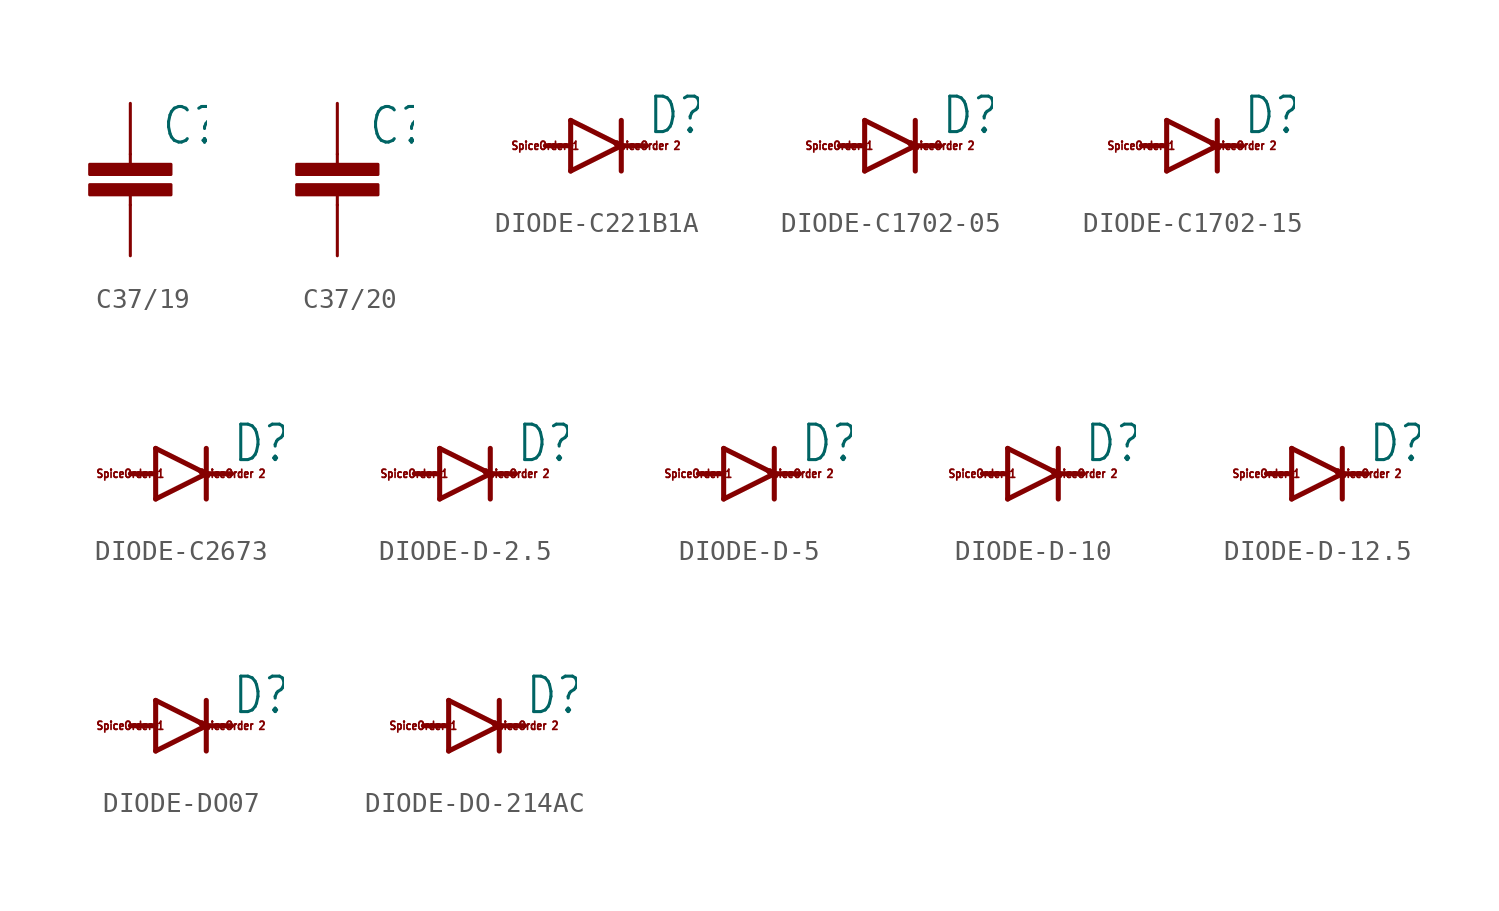
<source format=kicad_sym>
(kicad_symbol_lib
  (version 20241209)
  (generator "kicad_symbol_editor")
  (generator_version "9.0")
  (symbol "C37/19"
    (property "Reference" "C"
      (at 1.524 0.381 0)
      (effects (font (size 1.778 1.511)) (justify left bottom)))
    (property "Value" ""
      (at 1.524 -4.699 0)
      (effects (font (size 1.778 1.511)) (justify left bottom)))
    (property "ki_locked" ""
      (at 0 0 0)
      (effects (font (size 1.27 1.27))))
    (symbol "C37/19_1_0"
      (rectangle (start -2.032 -1.016) (end 2.032 -0.508) (stroke (width 0) (type default)) (fill (type outline)))
      (rectangle (start -2.032 -2.032) (end 2.032 -1.524) (stroke (width 0) (type default)) (fill (type outline)))
      (polyline (pts (xy 0 0) (xy 0 -0.508)) (stroke (width 0.152) (type solid)) (fill (type none)))
      (polyline (pts (xy 0 -2.54) (xy 0 -2.032)) (stroke (width 0.152) (type solid)) (fill (type none)))
      (pin passive line (at 0 2.54 270) (length 2.54) (name "1" (effects (font (size 0 0)))) (number "1" (effects (font (size 0 0)))))
      (pin passive line (at 0 -5.08 90) (length 2.54) (name "2" (effects (font (size 0 0)))) (number "2" (effects (font (size 0 0)))))))
  (symbol "C37/20"
    (property "Reference" "C"
      (at 1.524 0.381 0)
      (effects (font (size 1.778 1.511)) (justify left bottom)))
    (property "Value" ""
      (at 1.524 -4.699 0)
      (effects (font (size 1.778 1.511)) (justify left bottom)))
    (property "ki_locked" ""
      (at 0 0 0)
      (effects (font (size 1.27 1.27))))
    (symbol "C37/20_1_0"
      (rectangle (start -2.032 -1.016) (end 2.032 -0.508) (stroke (width 0) (type default)) (fill (type outline)))
      (rectangle (start -2.032 -2.032) (end 2.032 -1.524) (stroke (width 0) (type default)) (fill (type outline)))
      (polyline (pts (xy 0 0) (xy 0 -0.508)) (stroke (width 0.152) (type solid)) (fill (type none)))
      (polyline (pts (xy 0 -2.54) (xy 0 -2.032)) (stroke (width 0.152) (type solid)) (fill (type none)))
      (pin passive line (at 0 2.54 270) (length 2.54) (name "1" (effects (font (size 0 0)))) (number "1" (effects (font (size 0 0)))))
      (pin passive line (at 0 -5.08 90) (length 2.54) (name "2" (effects (font (size 0 0)))) (number "2" (effects (font (size 0 0)))))))
  (symbol "DIODE-C221B1A"
    (property "Reference" "D"
      (at 2.54 0.483 0)
      (effects (font (size 1.778 1.511)) (justify left bottom)))
    (property "Value" ""
      (at 2.54 -2.311 0)
      (effects (font (size 1.778 1.511)) (justify left bottom)))
    (property "ki_locked" ""
      (at 0 0 0)
      (effects (font (size 1.27 1.27))))
    (symbol "DIODE-C221B1A_1_0"
      (polyline (pts (xy -1.27 1.27) (xy -1.27 0)) (stroke (width 0.254) (type solid)) (fill (type none)))
      (polyline (pts (xy -1.27 0) (xy -2.54 0)) (stroke (width 0.254) (type solid)) (fill (type none)))
      (polyline (pts (xy -1.27 0) (xy -1.27 -1.27)) (stroke (width 0.254) (type solid)) (fill (type none)))
      (polyline (pts (xy -1.27 -1.27) (xy 1.27 0)) (stroke (width 0.254) (type solid)) (fill (type none)))
      (polyline (pts (xy 1.27 1.27) (xy 1.27 0)) (stroke (width 0.254) (type solid)) (fill (type none)))
      (polyline (pts (xy 1.27 0) (xy -1.27 1.27)) (stroke (width 0.254) (type solid)) (fill (type none)))
      (polyline (pts (xy 1.27 0) (xy 1.27 -1.27)) (stroke (width 0.254) (type solid)) (fill (type none)))
      (polyline (pts (xy 2.54 0) (xy 1.27 0)) (stroke (width 0.254) (type solid)) (fill (type none)))
      (text "SpiceOrder 1" (at -2.54 0 0) (effects (font (size 0.406 0.345))))
      (text "SpiceOrder 2" (at 2.54 0 0) (effects (font (size 0.406 0.345))))
      (pin passive line (at -2.54 0 0) (length 0) (name "A" (effects (font (size 0 0)))) (number "A" (effects (font (size 0 0)))))
      (pin passive line (at 2.54 0 180) (length 0) (name "C" (effects (font (size 0 0)))) (number "C" (effects (font (size 0 0)))))))
  (symbol "DIODE-C1702-05"
    (property "Reference" "D"
      (at 2.54 0.483 0)
      (effects (font (size 1.778 1.511)) (justify left bottom)))
    (property "Value" ""
      (at 2.54 -2.311 0)
      (effects (font (size 1.778 1.511)) (justify left bottom)))
    (property "ki_locked" ""
      (at 0 0 0)
      (effects (font (size 1.27 1.27))))
    (symbol "DIODE-C1702-05_1_0"
      (polyline (pts (xy -1.27 1.27) (xy -1.27 0)) (stroke (width 0.254) (type solid)) (fill (type none)))
      (polyline (pts (xy -1.27 0) (xy -2.54 0)) (stroke (width 0.254) (type solid)) (fill (type none)))
      (polyline (pts (xy -1.27 0) (xy -1.27 -1.27)) (stroke (width 0.254) (type solid)) (fill (type none)))
      (polyline (pts (xy -1.27 -1.27) (xy 1.27 0)) (stroke (width 0.254) (type solid)) (fill (type none)))
      (polyline (pts (xy 1.27 1.27) (xy 1.27 0)) (stroke (width 0.254) (type solid)) (fill (type none)))
      (polyline (pts (xy 1.27 0) (xy -1.27 1.27)) (stroke (width 0.254) (type solid)) (fill (type none)))
      (polyline (pts (xy 1.27 0) (xy 1.27 -1.27)) (stroke (width 0.254) (type solid)) (fill (type none)))
      (polyline (pts (xy 2.54 0) (xy 1.27 0)) (stroke (width 0.254) (type solid)) (fill (type none)))
      (text "SpiceOrder 1" (at -2.54 0 0) (effects (font (size 0.406 0.345))))
      (text "SpiceOrder 2" (at 2.54 0 0) (effects (font (size 0.406 0.345))))
      (pin passive line (at -2.54 0 0) (length 0) (name "A" (effects (font (size 0 0)))) (number "A" (effects (font (size 0 0)))))
      (pin passive line (at 2.54 0 180) (length 0) (name "C" (effects (font (size 0 0)))) (number "C" (effects (font (size 0 0)))))))
  (symbol "DIODE-C1702-15"
    (property "Reference" "D"
      (at 2.54 0.483 0)
      (effects (font (size 1.778 1.511)) (justify left bottom)))
    (property "Value" ""
      (at 2.54 -2.311 0)
      (effects (font (size 1.778 1.511)) (justify left bottom)))
    (property "ki_locked" ""
      (at 0 0 0)
      (effects (font (size 1.27 1.27))))
    (symbol "DIODE-C1702-15_1_0"
      (polyline (pts (xy -1.27 1.27) (xy -1.27 0)) (stroke (width 0.254) (type solid)) (fill (type none)))
      (polyline (pts (xy -1.27 0) (xy -2.54 0)) (stroke (width 0.254) (type solid)) (fill (type none)))
      (polyline (pts (xy -1.27 0) (xy -1.27 -1.27)) (stroke (width 0.254) (type solid)) (fill (type none)))
      (polyline (pts (xy -1.27 -1.27) (xy 1.27 0)) (stroke (width 0.254) (type solid)) (fill (type none)))
      (polyline (pts (xy 1.27 1.27) (xy 1.27 0)) (stroke (width 0.254) (type solid)) (fill (type none)))
      (polyline (pts (xy 1.27 0) (xy -1.27 1.27)) (stroke (width 0.254) (type solid)) (fill (type none)))
      (polyline (pts (xy 1.27 0) (xy 1.27 -1.27)) (stroke (width 0.254) (type solid)) (fill (type none)))
      (polyline (pts (xy 2.54 0) (xy 1.27 0)) (stroke (width 0.254) (type solid)) (fill (type none)))
      (text "SpiceOrder 1" (at -2.54 0 0) (effects (font (size 0.406 0.345))))
      (text "SpiceOrder 2" (at 2.54 0 0) (effects (font (size 0.406 0.345))))
      (pin passive line (at -2.54 0 0) (length 0) (name "A" (effects (font (size 0 0)))) (number "A" (effects (font (size 0 0)))))
      (pin passive line (at 2.54 0 180) (length 0) (name "C" (effects (font (size 0 0)))) (number "C" (effects (font (size 0 0)))))))
  (symbol "DIODE-C2673"
    (property "Reference" "D"
      (at 2.54 0.483 0)
      (effects (font (size 1.778 1.511)) (justify left bottom)))
    (property "Value" ""
      (at 2.54 -2.311 0)
      (effects (font (size 1.778 1.511)) (justify left bottom)))
    (property "ki_locked" ""
      (at 0 0 0)
      (effects (font (size 1.27 1.27))))
    (symbol "DIODE-C2673_1_0"
      (polyline (pts (xy -1.27 1.27) (xy -1.27 0)) (stroke (width 0.254) (type solid)) (fill (type none)))
      (polyline (pts (xy -1.27 0) (xy -2.54 0)) (stroke (width 0.254) (type solid)) (fill (type none)))
      (polyline (pts (xy -1.27 0) (xy -1.27 -1.27)) (stroke (width 0.254) (type solid)) (fill (type none)))
      (polyline (pts (xy -1.27 -1.27) (xy 1.27 0)) (stroke (width 0.254) (type solid)) (fill (type none)))
      (polyline (pts (xy 1.27 1.27) (xy 1.27 0)) (stroke (width 0.254) (type solid)) (fill (type none)))
      (polyline (pts (xy 1.27 0) (xy -1.27 1.27)) (stroke (width 0.254) (type solid)) (fill (type none)))
      (polyline (pts (xy 1.27 0) (xy 1.27 -1.27)) (stroke (width 0.254) (type solid)) (fill (type none)))
      (polyline (pts (xy 2.54 0) (xy 1.27 0)) (stroke (width 0.254) (type solid)) (fill (type none)))
      (text "SpiceOrder 1" (at -2.54 0 0) (effects (font (size 0.406 0.345))))
      (text "SpiceOrder 2" (at 2.54 0 0) (effects (font (size 0.406 0.345))))
      (pin passive line (at -2.54 0 0) (length 0) (name "A" (effects (font (size 0 0)))) (number "A" (effects (font (size 0 0)))))
      (pin passive line (at 2.54 0 180) (length 0) (name "C" (effects (font (size 0 0)))) (number "C" (effects (font (size 0 0)))))))
  (symbol "DIODE-D-2.5"
    (property "Reference" "D"
      (at 2.54 0.483 0)
      (effects (font (size 1.778 1.511)) (justify left bottom)))
    (property "Value" ""
      (at 2.54 -2.311 0)
      (effects (font (size 1.778 1.511)) (justify left bottom)))
    (property "ki_locked" ""
      (at 0 0 0)
      (effects (font (size 1.27 1.27))))
    (symbol "DIODE-D-2.5_1_0"
      (polyline (pts (xy -1.27 1.27) (xy -1.27 0)) (stroke (width 0.254) (type solid)) (fill (type none)))
      (polyline (pts (xy -1.27 0) (xy -2.54 0)) (stroke (width 0.254) (type solid)) (fill (type none)))
      (polyline (pts (xy -1.27 0) (xy -1.27 -1.27)) (stroke (width 0.254) (type solid)) (fill (type none)))
      (polyline (pts (xy -1.27 -1.27) (xy 1.27 0)) (stroke (width 0.254) (type solid)) (fill (type none)))
      (polyline (pts (xy 1.27 1.27) (xy 1.27 0)) (stroke (width 0.254) (type solid)) (fill (type none)))
      (polyline (pts (xy 1.27 0) (xy -1.27 1.27)) (stroke (width 0.254) (type solid)) (fill (type none)))
      (polyline (pts (xy 1.27 0) (xy 1.27 -1.27)) (stroke (width 0.254) (type solid)) (fill (type none)))
      (polyline (pts (xy 2.54 0) (xy 1.27 0)) (stroke (width 0.254) (type solid)) (fill (type none)))
      (text "SpiceOrder 1" (at -2.54 0 0) (effects (font (size 0.406 0.345))))
      (text "SpiceOrder 2" (at 2.54 0 0) (effects (font (size 0.406 0.345))))
      (pin passive line (at -2.54 0 0) (length 0) (name "A" (effects (font (size 0 0)))) (number "A" (effects (font (size 0 0)))))
      (pin passive line (at 2.54 0 180) (length 0) (name "C" (effects (font (size 0 0)))) (number "C" (effects (font (size 0 0)))))))
  (symbol "DIODE-D-5"
    (property "Reference" "D"
      (at 2.54 0.483 0)
      (effects (font (size 1.778 1.511)) (justify left bottom)))
    (property "Value" ""
      (at 2.54 -2.311 0)
      (effects (font (size 1.778 1.511)) (justify left bottom)))
    (property "ki_locked" ""
      (at 0 0 0)
      (effects (font (size 1.27 1.27))))
    (symbol "DIODE-D-5_1_0"
      (polyline (pts (xy -1.27 1.27) (xy -1.27 0)) (stroke (width 0.254) (type solid)) (fill (type none)))
      (polyline (pts (xy -1.27 0) (xy -2.54 0)) (stroke (width 0.254) (type solid)) (fill (type none)))
      (polyline (pts (xy -1.27 0) (xy -1.27 -1.27)) (stroke (width 0.254) (type solid)) (fill (type none)))
      (polyline (pts (xy -1.27 -1.27) (xy 1.27 0)) (stroke (width 0.254) (type solid)) (fill (type none)))
      (polyline (pts (xy 1.27 1.27) (xy 1.27 0)) (stroke (width 0.254) (type solid)) (fill (type none)))
      (polyline (pts (xy 1.27 0) (xy -1.27 1.27)) (stroke (width 0.254) (type solid)) (fill (type none)))
      (polyline (pts (xy 1.27 0) (xy 1.27 -1.27)) (stroke (width 0.254) (type solid)) (fill (type none)))
      (polyline (pts (xy 2.54 0) (xy 1.27 0)) (stroke (width 0.254) (type solid)) (fill (type none)))
      (text "SpiceOrder 1" (at -2.54 0 0) (effects (font (size 0.406 0.345))))
      (text "SpiceOrder 2" (at 2.54 0 0) (effects (font (size 0.406 0.345))))
      (pin passive line (at -2.54 0 0) (length 0) (name "A" (effects (font (size 0 0)))) (number "A" (effects (font (size 0 0)))))
      (pin passive line (at 2.54 0 180) (length 0) (name "C" (effects (font (size 0 0)))) (number "C" (effects (font (size 0 0)))))))
  (symbol "DIODE-D-10"
    (property "Reference" "D"
      (at 2.54 0.483 0)
      (effects (font (size 1.778 1.511)) (justify left bottom)))
    (property "Value" ""
      (at 2.54 -2.311 0)
      (effects (font (size 1.778 1.511)) (justify left bottom)))
    (property "ki_locked" ""
      (at 0 0 0)
      (effects (font (size 1.27 1.27))))
    (symbol "DIODE-D-10_1_0"
      (polyline (pts (xy -1.27 1.27) (xy -1.27 0)) (stroke (width 0.254) (type solid)) (fill (type none)))
      (polyline (pts (xy -1.27 0) (xy -2.54 0)) (stroke (width 0.254) (type solid)) (fill (type none)))
      (polyline (pts (xy -1.27 0) (xy -1.27 -1.27)) (stroke (width 0.254) (type solid)) (fill (type none)))
      (polyline (pts (xy -1.27 -1.27) (xy 1.27 0)) (stroke (width 0.254) (type solid)) (fill (type none)))
      (polyline (pts (xy 1.27 1.27) (xy 1.27 0)) (stroke (width 0.254) (type solid)) (fill (type none)))
      (polyline (pts (xy 1.27 0) (xy -1.27 1.27)) (stroke (width 0.254) (type solid)) (fill (type none)))
      (polyline (pts (xy 1.27 0) (xy 1.27 -1.27)) (stroke (width 0.254) (type solid)) (fill (type none)))
      (polyline (pts (xy 2.54 0) (xy 1.27 0)) (stroke (width 0.254) (type solid)) (fill (type none)))
      (text "SpiceOrder 1" (at -2.54 0 0) (effects (font (size 0.406 0.345))))
      (text "SpiceOrder 2" (at 2.54 0 0) (effects (font (size 0.406 0.345))))
      (pin passive line (at -2.54 0 0) (length 0) (name "A" (effects (font (size 0 0)))) (number "A" (effects (font (size 0 0)))))
      (pin passive line (at 2.54 0 180) (length 0) (name "C" (effects (font (size 0 0)))) (number "C" (effects (font (size 0 0)))))))
  (symbol "DIODE-D-12.5"
    (property "Reference" "D"
      (at 2.54 0.483 0)
      (effects (font (size 1.778 1.511)) (justify left bottom)))
    (property "Value" ""
      (at 2.54 -2.311 0)
      (effects (font (size 1.778 1.511)) (justify left bottom)))
    (property "ki_locked" ""
      (at 0 0 0)
      (effects (font (size 1.27 1.27))))
    (symbol "DIODE-D-12.5_1_0"
      (polyline (pts (xy -1.27 1.27) (xy -1.27 0)) (stroke (width 0.254) (type solid)) (fill (type none)))
      (polyline (pts (xy -1.27 0) (xy -2.54 0)) (stroke (width 0.254) (type solid)) (fill (type none)))
      (polyline (pts (xy -1.27 0) (xy -1.27 -1.27)) (stroke (width 0.254) (type solid)) (fill (type none)))
      (polyline (pts (xy -1.27 -1.27) (xy 1.27 0)) (stroke (width 0.254) (type solid)) (fill (type none)))
      (polyline (pts (xy 1.27 1.27) (xy 1.27 0)) (stroke (width 0.254) (type solid)) (fill (type none)))
      (polyline (pts (xy 1.27 0) (xy -1.27 1.27)) (stroke (width 0.254) (type solid)) (fill (type none)))
      (polyline (pts (xy 1.27 0) (xy 1.27 -1.27)) (stroke (width 0.254) (type solid)) (fill (type none)))
      (polyline (pts (xy 2.54 0) (xy 1.27 0)) (stroke (width 0.254) (type solid)) (fill (type none)))
      (text "SpiceOrder 1" (at -2.54 0 0) (effects (font (size 0.406 0.345))))
      (text "SpiceOrder 2" (at 2.54 0 0) (effects (font (size 0.406 0.345))))
      (pin passive line (at -2.54 0 0) (length 0) (name "A" (effects (font (size 0 0)))) (number "A" (effects (font (size 0 0)))))
      (pin passive line (at 2.54 0 180) (length 0) (name "C" (effects (font (size 0 0)))) (number "C" (effects (font (size 0 0)))))))
  (symbol "DIODE-DO07"
    (property "Reference" "D"
      (at 2.54 0.483 0)
      (effects (font (size 1.778 1.511)) (justify left bottom)))
    (property "Value" ""
      (at 2.54 -2.311 0)
      (effects (font (size 1.778 1.511)) (justify left bottom)))
    (property "ki_locked" ""
      (at 0 0 0)
      (effects (font (size 1.27 1.27))))
    (symbol "DIODE-DO07_1_0"
      (polyline (pts (xy -1.27 1.27) (xy -1.27 0)) (stroke (width 0.254) (type solid)) (fill (type none)))
      (polyline (pts (xy -1.27 0) (xy -2.54 0)) (stroke (width 0.254) (type solid)) (fill (type none)))
      (polyline (pts (xy -1.27 0) (xy -1.27 -1.27)) (stroke (width 0.254) (type solid)) (fill (type none)))
      (polyline (pts (xy -1.27 -1.27) (xy 1.27 0)) (stroke (width 0.254) (type solid)) (fill (type none)))
      (polyline (pts (xy 1.27 1.27) (xy 1.27 0)) (stroke (width 0.254) (type solid)) (fill (type none)))
      (polyline (pts (xy 1.27 0) (xy -1.27 1.27)) (stroke (width 0.254) (type solid)) (fill (type none)))
      (polyline (pts (xy 1.27 0) (xy 1.27 -1.27)) (stroke (width 0.254) (type solid)) (fill (type none)))
      (polyline (pts (xy 2.54 0) (xy 1.27 0)) (stroke (width 0.254) (type solid)) (fill (type none)))
      (text "SpiceOrder 1" (at -2.54 0 0) (effects (font (size 0.406 0.345))))
      (text "SpiceOrder 2" (at 2.54 0 0) (effects (font (size 0.406 0.345))))
      (pin passive line (at -2.54 0 0) (length 0) (name "A" (effects (font (size 0 0)))) (number "A" (effects (font (size 0 0)))))
      (pin passive line (at 2.54 0 180) (length 0) (name "C" (effects (font (size 0 0)))) (number "C" (effects (font (size 0 0)))))))
  (symbol "DIODE-DO-214AC"
    (property "Reference" "D"
      (at 2.54 0.483 0)
      (effects (font (size 1.778 1.511)) (justify left bottom)))
    (property "Value" ""
      (at 2.54 -2.311 0)
      (effects (font (size 1.778 1.511)) (justify left bottom)))
    (property "ki_locked" ""
      (at 0 0 0)
      (effects (font (size 1.27 1.27))))
    (symbol "DIODE-DO-214AC_1_0"
      (polyline (pts (xy -1.27 1.27) (xy -1.27 0)) (stroke (width 0.254) (type solid)) (fill (type none)))
      (polyline (pts (xy -1.27 0) (xy -2.54 0)) (stroke (width 0.254) (type solid)) (fill (type none)))
      (polyline (pts (xy -1.27 0) (xy -1.27 -1.27)) (stroke (width 0.254) (type solid)) (fill (type none)))
      (polyline (pts (xy -1.27 -1.27) (xy 1.27 0)) (stroke (width 0.254) (type solid)) (fill (type none)))
      (polyline (pts (xy 1.27 1.27) (xy 1.27 0)) (stroke (width 0.254) (type solid)) (fill (type none)))
      (polyline (pts (xy 1.27 0) (xy -1.27 1.27)) (stroke (width 0.254) (type solid)) (fill (type none)))
      (polyline (pts (xy 1.27 0) (xy 1.27 -1.27)) (stroke (width 0.254) (type solid)) (fill (type none)))
      (polyline (pts (xy 2.54 0) (xy 1.27 0)) (stroke (width 0.254) (type solid)) (fill (type none)))
      (text "SpiceOrder 1" (at -2.54 0 0) (effects (font (size 0.406 0.345))))
      (text "SpiceOrder 2" (at 2.54 0 0) (effects (font (size 0.406 0.345))))
      (pin passive line (at -2.54 0 0) (length 0) (name "A" (effects (font (size 0 0)))) (number "A" (effects (font (size 0 0)))))
      (pin passive line (at 2.54 0 180) (length 0) (name "C" (effects (font (size 0 0)))) (number "C" (effects (font (size 0 0))))))))
</source>
